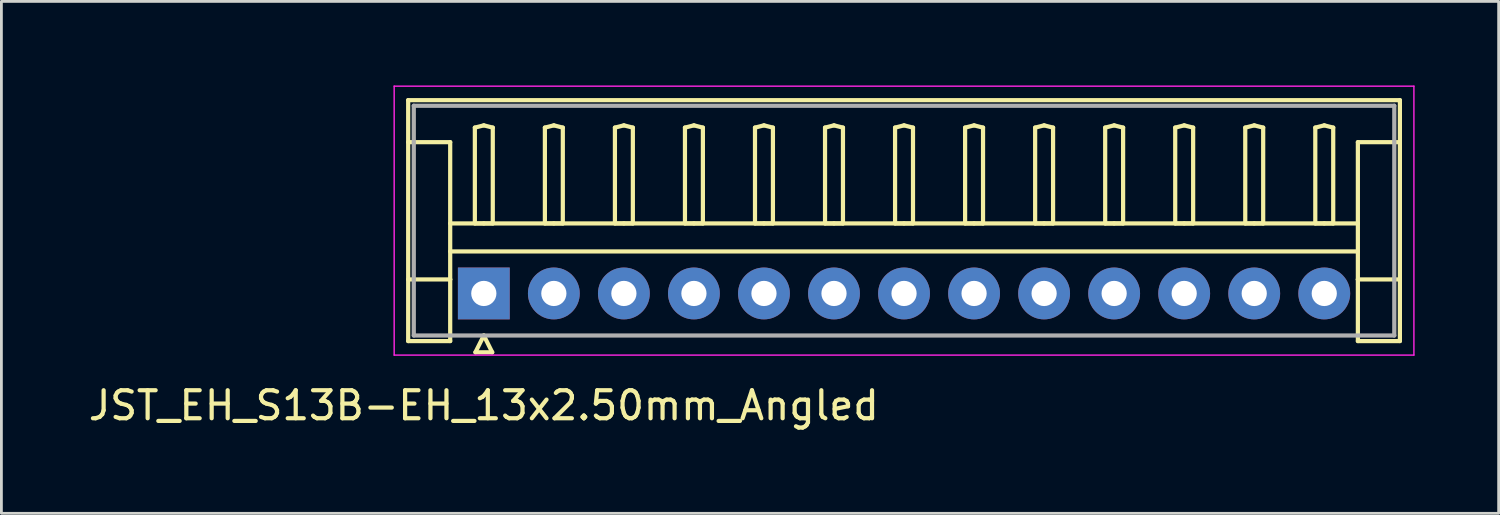
<source format=kicad_pcb>
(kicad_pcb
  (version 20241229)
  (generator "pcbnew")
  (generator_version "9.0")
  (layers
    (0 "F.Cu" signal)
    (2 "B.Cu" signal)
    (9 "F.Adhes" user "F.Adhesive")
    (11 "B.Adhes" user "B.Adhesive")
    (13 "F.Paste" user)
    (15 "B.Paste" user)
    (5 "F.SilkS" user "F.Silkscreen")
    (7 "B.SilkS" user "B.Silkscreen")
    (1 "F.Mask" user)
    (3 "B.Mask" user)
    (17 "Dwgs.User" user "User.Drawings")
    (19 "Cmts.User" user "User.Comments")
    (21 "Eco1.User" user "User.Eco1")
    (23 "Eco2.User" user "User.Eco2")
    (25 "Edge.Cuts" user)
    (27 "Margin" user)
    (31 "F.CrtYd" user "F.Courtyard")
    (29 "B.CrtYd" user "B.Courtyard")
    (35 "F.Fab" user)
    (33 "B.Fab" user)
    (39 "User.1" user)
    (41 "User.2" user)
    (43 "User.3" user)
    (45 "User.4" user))
  (footprint "JST_EH_S13B-EH_13x2.50mm_Angled"
    (layer "F.Cu")
    (at 14.22 7.425)
    (property "Reference" "JST_EH_S13B-EH_13x2.50mm_Angled" (at 0 4 0) (layer "F.SilkS") (effects (font (size 1 1) (thickness 0.15))))
    (attr through_hole)
    (fp_line (start -2.7 -6.9) (end 32.7 -6.9) (stroke (width 0.15) (type solid)) (layer "F.SilkS"))
    (fp_line (start -2.7 -5.4) (end -1.2 -5.4) (stroke (width 0.15) (type solid)) (layer "F.SilkS"))
    (fp_line (start -2.7 1.7) (end -2.7 -6.9) (stroke (width 0.15) (type solid)) (layer "F.SilkS"))
    (fp_line (start -1.2 -5.4) (end -1.2 -0.5) (stroke (width 0.15) (type solid)) (layer "F.SilkS"))
    (fp_line (start -1.2 -2.5) (end 31.2 -2.5) (stroke (width 0.15) (type solid)) (layer "F.SilkS"))
    (fp_line (start -1.2 -1.5) (end 31.2 -1.5) (stroke (width 0.15) (type solid)) (layer "F.SilkS"))
    (fp_line (start -1.2 -0.5) (end -2.7 -0.5) (stroke (width 0.15) (type solid)) (layer "F.SilkS"))
    (fp_line (start -1.2 -0.5) (end -1.2 1.7) (stroke (width 0.15) (type solid)) (layer "F.SilkS"))
    (fp_line (start -1.2 1.7) (end -2.7 1.7) (stroke (width 0.15) (type solid)) (layer "F.SilkS"))
    (fp_line (start -0.32 -5.92) (end 0 -6) (stroke (width 0.15) (type solid)) (layer "F.SilkS"))
    (fp_line (start -0.32 -2.5) (end -0.32 -5.92) (stroke (width 0.15) (type solid)) (layer "F.SilkS"))
    (fp_line (start -0.3 2.1) (end 0.3 2.1) (stroke (width 0.15) (type solid)) (layer "F.SilkS"))
    (fp_line (start 0 -6) (end 0.32 -5.92) (stroke (width 0.15) (type solid)) (layer "F.SilkS"))
    (fp_line (start 0 -2.5) (end -0.32 -2.5) (stroke (width 0.15) (type solid)) (layer "F.SilkS"))
    (fp_line (start 0 1.5) (end -0.3 2.1) (stroke (width 0.15) (type solid)) (layer "F.SilkS"))
    (fp_line (start 0.3 2.1) (end 0 1.5) (stroke (width 0.15) (type solid)) (layer "F.SilkS"))
    (fp_line (start 0.32 -5.92) (end 0.32 -2.5) (stroke (width 0.15) (type solid)) (layer "F.SilkS"))
    (fp_line (start 0.32 -2.5) (end 0 -2.5) (stroke (width 0.15) (type solid)) (layer "F.SilkS"))
    (fp_line (start 2.18 -5.92) (end 2.5 -6) (stroke (width 0.15) (type solid)) (layer "F.SilkS"))
    (fp_line (start 2.18 -2.5) (end 2.18 -5.92) (stroke (width 0.15) (type solid)) (layer "F.SilkS"))
    (fp_line (start 2.5 -6) (end 2.82 -5.92) (stroke (width 0.15) (type solid)) (layer "F.SilkS"))
    (fp_line (start 2.5 -2.5) (end 2.18 -2.5) (stroke (width 0.15) (type solid)) (layer "F.SilkS"))
    (fp_line (start 2.82 -5.92) (end 2.82 -2.5) (stroke (width 0.15) (type solid)) (layer "F.SilkS"))
    (fp_line (start 2.82 -2.5) (end 2.5 -2.5) (stroke (width 0.15) (type solid)) (layer "F.SilkS"))
    (fp_line (start 4.68 -5.92) (end 5 -6) (stroke (width 0.15) (type solid)) (layer "F.SilkS"))
    (fp_line (start 4.68 -2.5) (end 4.68 -5.92) (stroke (width 0.15) (type solid)) (layer "F.SilkS"))
    (fp_line (start 5 -6) (end 5.32 -5.92) (stroke (width 0.15) (type solid)) (layer "F.SilkS"))
    (fp_line (start 5 -2.5) (end 4.68 -2.5) (stroke (width 0.15) (type solid)) (layer "F.SilkS"))
    (fp_line (start 5.32 -5.92) (end 5.32 -2.5) (stroke (width 0.15) (type solid)) (layer "F.SilkS"))
    (fp_line (start 5.32 -2.5) (end 5 -2.5) (stroke (width 0.15) (type solid)) (layer "F.SilkS"))
    (fp_line (start 7.18 -5.92) (end 7.5 -6) (stroke (width 0.15) (type solid)) (layer "F.SilkS"))
    (fp_line (start 7.18 -2.5) (end 7.18 -5.92) (stroke (width 0.15) (type solid)) (layer "F.SilkS"))
    (fp_line (start 7.5 -6) (end 7.82 -5.92) (stroke (width 0.15) (type solid)) (layer "F.SilkS"))
    (fp_line (start 7.5 -2.5) (end 7.18 -2.5) (stroke (width 0.15) (type solid)) (layer "F.SilkS"))
    (fp_line (start 7.82 -5.92) (end 7.82 -2.5) (stroke (width 0.15) (type solid)) (layer "F.SilkS"))
    (fp_line (start 7.82 -2.5) (end 7.5 -2.5) (stroke (width 0.15) (type solid)) (layer "F.SilkS"))
    (fp_line (start 9.68 -5.92) (end 10 -6) (stroke (width 0.15) (type solid)) (layer "F.SilkS"))
    (fp_line (start 9.68 -2.5) (end 9.68 -5.92) (stroke (width 0.15) (type solid)) (layer "F.SilkS"))
    (fp_line (start 10 -6) (end 10.32 -5.92) (stroke (width 0.15) (type solid)) (layer "F.SilkS"))
    (fp_line (start 10 -2.5) (end 9.68 -2.5) (stroke (width 0.15) (type solid)) (layer "F.SilkS"))
    (fp_line (start 10.32 -5.92) (end 10.32 -2.5) (stroke (width 0.15) (type solid)) (layer "F.SilkS"))
    (fp_line (start 10.32 -2.5) (end 10 -2.5) (stroke (width 0.15) (type solid)) (layer "F.SilkS"))
    (fp_line (start 12.18 -5.92) (end 12.5 -6) (stroke (width 0.15) (type solid)) (layer "F.SilkS"))
    (fp_line (start 12.18 -2.5) (end 12.18 -5.92) (stroke (width 0.15) (type solid)) (layer "F.SilkS"))
    (fp_line (start 12.5 -6) (end 12.82 -5.92) (stroke (width 0.15) (type solid)) (layer "F.SilkS"))
    (fp_line (start 12.5 -2.5) (end 12.18 -2.5) (stroke (width 0.15) (type solid)) (layer "F.SilkS"))
    (fp_line (start 12.82 -5.92) (end 12.82 -2.5) (stroke (width 0.15) (type solid)) (layer "F.SilkS"))
    (fp_line (start 12.82 -2.5) (end 12.5 -2.5) (stroke (width 0.15) (type solid)) (layer "F.SilkS"))
    (fp_line (start 14.68 -5.92) (end 15 -6) (stroke (width 0.15) (type solid)) (layer "F.SilkS"))
    (fp_line (start 14.68 -2.5) (end 14.68 -5.92) (stroke (width 0.15) (type solid)) (layer "F.SilkS"))
    (fp_line (start 15 -6) (end 15.32 -5.92) (stroke (width 0.15) (type solid)) (layer "F.SilkS"))
    (fp_line (start 15 -2.5) (end 14.68 -2.5) (stroke (width 0.15) (type solid)) (layer "F.SilkS"))
    (fp_line (start 15.32 -5.92) (end 15.32 -2.5) (stroke (width 0.15) (type solid)) (layer "F.SilkS"))
    (fp_line (start 15.32 -2.5) (end 15 -2.5) (stroke (width 0.15) (type solid)) (layer "F.SilkS"))
    (fp_line (start 17.18 -5.92) (end 17.5 -6) (stroke (width 0.15) (type solid)) (layer "F.SilkS"))
    (fp_line (start 17.18 -2.5) (end 17.18 -5.92) (stroke (width 0.15) (type solid)) (layer "F.SilkS"))
    (fp_line (start 17.5 -6) (end 17.82 -5.92) (stroke (width 0.15) (type solid)) (layer "F.SilkS"))
    (fp_line (start 17.5 -2.5) (end 17.18 -2.5) (stroke (width 0.15) (type solid)) (layer "F.SilkS"))
    (fp_line (start 17.82 -5.92) (end 17.82 -2.5) (stroke (width 0.15) (type solid)) (layer "F.SilkS"))
    (fp_line (start 17.82 -2.5) (end 17.5 -2.5) (stroke (width 0.15) (type solid)) (layer "F.SilkS"))
    (fp_line (start 19.68 -5.92) (end 20 -6) (stroke (width 0.15) (type solid)) (layer "F.SilkS"))
    (fp_line (start 19.68 -2.5) (end 19.68 -5.92) (stroke (width 0.15) (type solid)) (layer "F.SilkS"))
    (fp_line (start 20 -6) (end 20.32 -5.92) (stroke (width 0.15) (type solid)) (layer "F.SilkS"))
    (fp_line (start 20 -2.5) (end 19.68 -2.5) (stroke (width 0.15) (type solid)) (layer "F.SilkS"))
    (fp_line (start 20.32 -5.92) (end 20.32 -2.5) (stroke (width 0.15) (type solid)) (layer "F.SilkS"))
    (fp_line (start 20.32 -2.5) (end 20 -2.5) (stroke (width 0.15) (type solid)) (layer "F.SilkS"))
    (fp_line (start 22.18 -5.92) (end 22.5 -6) (stroke (width 0.15) (type solid)) (layer "F.SilkS"))
    (fp_line (start 22.18 -2.5) (end 22.18 -5.92) (stroke (width 0.15) (type solid)) (layer "F.SilkS"))
    (fp_line (start 22.5 -6) (end 22.82 -5.92) (stroke (width 0.15) (type solid)) (layer "F.SilkS"))
    (fp_line (start 22.5 -2.5) (end 22.18 -2.5) (stroke (width 0.15) (type solid)) (layer "F.SilkS"))
    (fp_line (start 22.82 -5.92) (end 22.82 -2.5) (stroke (width 0.15) (type solid)) (layer "F.SilkS"))
    (fp_line (start 22.82 -2.5) (end 22.5 -2.5) (stroke (width 0.15) (type solid)) (layer "F.SilkS"))
    (fp_line (start 24.68 -5.92) (end 25 -6) (stroke (width 0.15) (type solid)) (layer "F.SilkS"))
    (fp_line (start 24.68 -2.5) (end 24.68 -5.92) (stroke (width 0.15) (type solid)) (layer "F.SilkS"))
    (fp_line (start 25 -6) (end 25.32 -5.92) (stroke (width 0.15) (type solid)) (layer "F.SilkS"))
    (fp_line (start 25 -2.5) (end 24.68 -2.5) (stroke (width 0.15) (type solid)) (layer "F.SilkS"))
    (fp_line (start 25.32 -5.92) (end 25.32 -2.5) (stroke (width 0.15) (type solid)) (layer "F.SilkS"))
    (fp_line (start 25.32 -2.5) (end 25 -2.5) (stroke (width 0.15) (type solid)) (layer "F.SilkS"))
    (fp_line (start 27.18 -5.92) (end 27.5 -6) (stroke (width 0.15) (type solid)) (layer "F.SilkS"))
    (fp_line (start 27.18 -2.5) (end 27.18 -5.92) (stroke (width 0.15) (type solid)) (layer "F.SilkS"))
    (fp_line (start 27.5 -6) (end 27.82 -5.92) (stroke (width 0.15) (type solid)) (layer "F.SilkS"))
    (fp_line (start 27.5 -2.5) (end 27.18 -2.5) (stroke (width 0.15) (type solid)) (layer "F.SilkS"))
    (fp_line (start 27.82 -5.92) (end 27.82 -2.5) (stroke (width 0.15) (type solid)) (layer "F.SilkS"))
    (fp_line (start 27.82 -2.5) (end 27.5 -2.5) (stroke (width 0.15) (type solid)) (layer "F.SilkS"))
    (fp_line (start 29.68 -5.92) (end 30 -6) (stroke (width 0.15) (type solid)) (layer "F.SilkS"))
    (fp_line (start 29.68 -2.5) (end 29.68 -5.92) (stroke (width 0.15) (type solid)) (layer "F.SilkS"))
    (fp_line (start 30 -6) (end 30.32 -5.92) (stroke (width 0.15) (type solid)) (layer "F.SilkS"))
    (fp_line (start 30 -2.5) (end 29.68 -2.5) (stroke (width 0.15) (type solid)) (layer "F.SilkS"))
    (fp_line (start 30.32 -5.92) (end 30.32 -2.5) (stroke (width 0.15) (type solid)) (layer "F.SilkS"))
    (fp_line (start 30.32 -2.5) (end 30 -2.5) (stroke (width 0.15) (type solid)) (layer "F.SilkS"))
    (fp_line (start 31.2 -5.4) (end 31.2 -0.5) (stroke (width 0.15) (type solid)) (layer "F.SilkS"))
    (fp_line (start 31.2 -0.5) (end 32.7 -0.5) (stroke (width 0.15) (type solid)) (layer "F.SilkS"))
    (fp_line (start 31.2 1.7) (end 31.2 -0.5) (stroke (width 0.15) (type solid)) (layer "F.SilkS"))
    (fp_line (start 32.7 -6.9) (end 32.7 1.7) (stroke (width 0.15) (type solid)) (layer "F.SilkS"))
    (fp_line (start 32.7 -5.4) (end 31.2 -5.4) (stroke (width 0.15) (type solid)) (layer "F.SilkS"))
    (fp_line (start 32.7 1.7) (end 31.2 1.7) (stroke (width 0.15) (type solid)) (layer "F.SilkS"))
    (fp_line (start -3.2 -7.4) (end -3.2 2.2) (stroke (width 0.05) (type solid)) (layer "F.CrtYd"))
    (fp_line (start -3.2 2.2) (end 33.2 2.2) (stroke (width 0.05) (type solid)) (layer "F.CrtYd"))
    (fp_line (start 33.2 -7.4) (end -3.2 -7.4) (stroke (width 0.05) (type solid)) (layer "F.CrtYd"))
    (fp_line (start 33.2 2.2) (end 33.2 -7.4) (stroke (width 0.05) (type solid)) (layer "F.CrtYd"))
    (fp_line (start -2.5 -6.7) (end -2.5 1.5) (stroke (width 0.15) (type solid)) (layer "F.Fab"))
    (fp_line (start -2.5 1.5) (end 32.5 1.5) (stroke (width 0.15) (type solid)) (layer "F.Fab"))
    (fp_line (start 32.5 -6.7) (end -2.5 -6.7) (stroke (width 0.15) (type solid)) (layer "F.Fab"))
    (fp_line (start 32.5 1.5) (end 32.5 -6.7) (stroke (width 0.15) (type solid)) (layer "F.Fab"))
    (pad "1" thru_hole rect (at 0 0) (size 1.85 1.85) (drill 0.9) (layers "*.Cu" "*.Mask"))
    (pad "2" thru_hole circle (at 2.5 0) (size 1.85 1.85) (drill 0.9) (layers "*.Cu" "*.Mask"))
    (pad "3" thru_hole circle (at 5 0) (size 1.85 1.85) (drill 0.9) (layers "*.Cu" "*.Mask"))
    (pad "4" thru_hole circle (at 7.5 0) (size 1.85 1.85) (drill 0.9) (layers "*.Cu" "*.Mask"))
    (pad "5" thru_hole circle (at 10 0) (size 1.85 1.85) (drill 0.9) (layers "*.Cu" "*.Mask"))
    (pad "6" thru_hole circle (at 12.5 0) (size 1.85 1.85) (drill 0.9) (layers "*.Cu" "*.Mask"))
    (pad "7" thru_hole circle (at 15 0) (size 1.85 1.85) (drill 0.9) (layers "*.Cu" "*.Mask"))
    (pad "8" thru_hole circle (at 17.5 0) (size 1.85 1.85) (drill 0.9) (layers "*.Cu" "*.Mask"))
    (pad "9" thru_hole circle (at 20 0) (size 1.85 1.85) (drill 0.9) (layers "*.Cu" "*.Mask"))
    (pad "10" thru_hole circle (at 22.5 0) (size 1.85 1.85) (drill 0.9) (layers "*.Cu" "*.Mask"))
    (pad "11" thru_hole circle (at 25 0) (size 1.85 1.85) (drill 0.9) (layers "*.Cu" "*.Mask"))
    (pad "12" thru_hole circle (at 27.5 0) (size 1.85 1.85) (drill 0.9) (layers "*.Cu" "*.Mask"))
    (pad "13" thru_hole circle (at 30 0) (size 1.85 1.85) (drill 0.9) (layers "*.Cu" "*.Mask")))
  (gr_rect
    (start -3 -3)
    (end 50.445 15.273)
    (stroke (width 0.1) (type default))
    (fill no)
    (layer "Edge.Cuts")))
</source>
